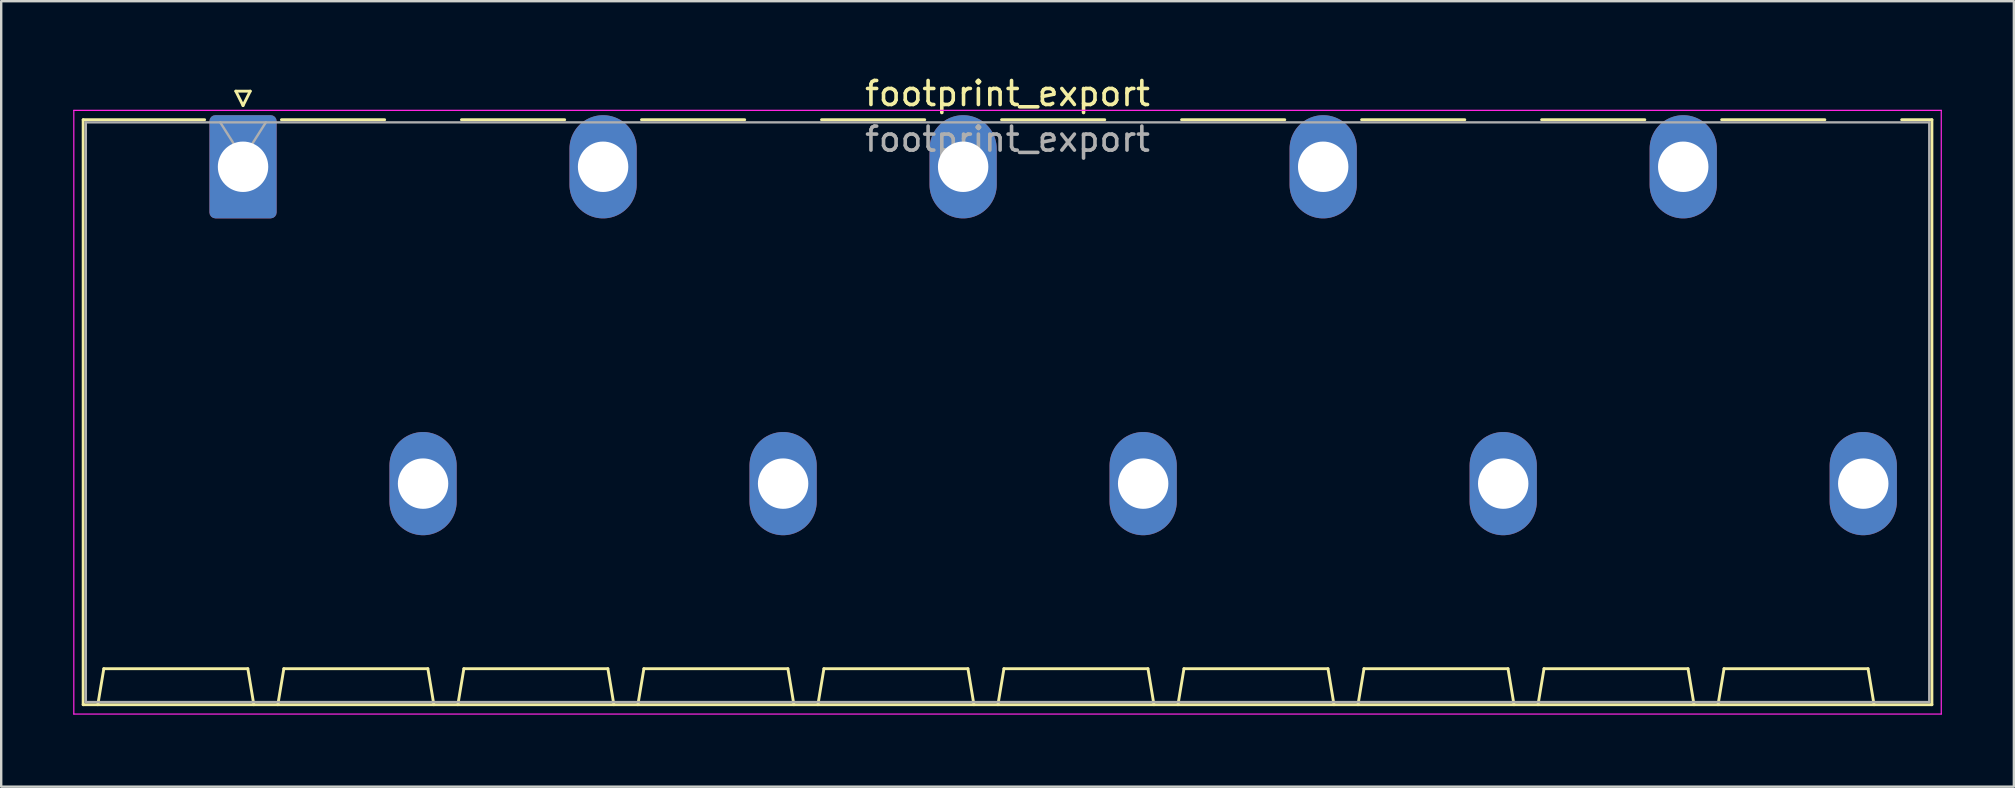
<source format=kicad_pcb>
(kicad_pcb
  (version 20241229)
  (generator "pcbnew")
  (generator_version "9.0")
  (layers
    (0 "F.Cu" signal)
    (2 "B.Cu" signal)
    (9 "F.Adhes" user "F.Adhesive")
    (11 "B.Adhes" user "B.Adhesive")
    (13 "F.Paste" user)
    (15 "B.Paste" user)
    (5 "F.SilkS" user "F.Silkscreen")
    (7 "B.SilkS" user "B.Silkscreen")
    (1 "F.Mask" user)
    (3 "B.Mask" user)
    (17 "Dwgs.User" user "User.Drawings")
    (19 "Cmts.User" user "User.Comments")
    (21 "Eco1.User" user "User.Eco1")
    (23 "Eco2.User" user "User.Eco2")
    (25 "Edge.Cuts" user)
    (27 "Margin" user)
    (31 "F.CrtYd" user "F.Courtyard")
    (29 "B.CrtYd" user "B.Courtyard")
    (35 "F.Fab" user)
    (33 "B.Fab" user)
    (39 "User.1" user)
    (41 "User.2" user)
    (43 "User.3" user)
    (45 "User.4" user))
  (footprint "footprint_export"
    (layer "F.Cu")
    (at 7.075 3.898)
    (property "Reference" "footprint_export" (at 31.85 -3.05 0) (layer "F.SilkS") (effects (font (size 1 1) (thickness 0.15))))
    (attr through_hole)
    (fp_line (start -6.66 -1.96) (end -1.6 -1.96) (stroke (width 0.12) (type solid)) (layer "F.SilkS"))
    (fp_line (start -6.66 22.41) (end -6.66 -1.96) (stroke (width 0.12) (type solid)) (layer "F.SilkS"))
    (fp_line (start -6.05 22.41) (end -5.8 20.91) (stroke (width 0.12) (type solid)) (layer "F.SilkS"))
    (fp_line (start -5.8 20.91) (end 0.2 20.91) (stroke (width 0.12) (type solid)) (layer "F.SilkS"))
    (fp_line (start -0.3 -3.15) (end 0 -2.55) (stroke (width 0.12) (type solid)) (layer "F.SilkS"))
    (fp_line (start -0.3 -3.15) (end 0.3 -3.15) (stroke (width 0.12) (type solid)) (layer "F.SilkS"))
    (fp_line (start 0.3 -3.15) (end 0 -2.55) (stroke (width 0.12) (type solid)) (layer "F.SilkS"))
    (fp_line (start 0.45 22.41) (end 0.2 20.91) (stroke (width 0.12) (type solid)) (layer "F.SilkS"))
    (fp_line (start 1.45 22.41) (end 1.7 20.91) (stroke (width 0.12) (type solid)) (layer "F.SilkS"))
    (fp_line (start 1.6 -1.96) (end 5.9 -1.96) (stroke (width 0.12) (type solid)) (layer "F.SilkS"))
    (fp_line (start 1.7 20.91) (end 7.7 20.91) (stroke (width 0.12) (type solid)) (layer "F.SilkS"))
    (fp_line (start 7.95 22.41) (end 7.7 20.91) (stroke (width 0.12) (type solid)) (layer "F.SilkS"))
    (fp_line (start 8.95 22.41) (end 9.2 20.91) (stroke (width 0.12) (type solid)) (layer "F.SilkS"))
    (fp_line (start 9.1 -1.96) (end 13.4 -1.96) (stroke (width 0.12) (type solid)) (layer "F.SilkS"))
    (fp_line (start 9.2 20.91) (end 15.2 20.91) (stroke (width 0.12) (type solid)) (layer "F.SilkS"))
    (fp_line (start 15.45 22.41) (end 15.2 20.91) (stroke (width 0.12) (type solid)) (layer "F.SilkS"))
    (fp_line (start 16.45 22.41) (end 16.7 20.91) (stroke (width 0.12) (type solid)) (layer "F.SilkS"))
    (fp_line (start 16.6 -1.96) (end 20.9 -1.96) (stroke (width 0.12) (type solid)) (layer "F.SilkS"))
    (fp_line (start 16.7 20.91) (end 22.7 20.91) (stroke (width 0.12) (type solid)) (layer "F.SilkS"))
    (fp_line (start 22.95 22.41) (end 22.7 20.91) (stroke (width 0.12) (type solid)) (layer "F.SilkS"))
    (fp_line (start 23.95 22.41) (end 24.2 20.91) (stroke (width 0.12) (type solid)) (layer "F.SilkS"))
    (fp_line (start 24.1 -1.96) (end 28.4 -1.96) (stroke (width 0.12) (type solid)) (layer "F.SilkS"))
    (fp_line (start 24.2 20.91) (end 30.2 20.91) (stroke (width 0.12) (type solid)) (layer "F.SilkS"))
    (fp_line (start 30.45 22.41) (end 30.2 20.91) (stroke (width 0.12) (type solid)) (layer "F.SilkS"))
    (fp_line (start 31.45 22.41) (end 31.7 20.91) (stroke (width 0.12) (type solid)) (layer "F.SilkS"))
    (fp_line (start 31.6 -1.96) (end 35.9 -1.96) (stroke (width 0.12) (type solid)) (layer "F.SilkS"))
    (fp_line (start 31.7 20.91) (end 37.7 20.91) (stroke (width 0.12) (type solid)) (layer "F.SilkS"))
    (fp_line (start 37.95 22.41) (end 37.7 20.91) (stroke (width 0.12) (type solid)) (layer "F.SilkS"))
    (fp_line (start 38.95 22.41) (end 39.2 20.91) (stroke (width 0.12) (type solid)) (layer "F.SilkS"))
    (fp_line (start 39.1 -1.96) (end 43.4 -1.96) (stroke (width 0.12) (type solid)) (layer "F.SilkS"))
    (fp_line (start 39.2 20.91) (end 45.2 20.91) (stroke (width 0.12) (type solid)) (layer "F.SilkS"))
    (fp_line (start 45.45 22.41) (end 45.2 20.91) (stroke (width 0.12) (type solid)) (layer "F.SilkS"))
    (fp_line (start 46.45 22.41) (end 46.7 20.91) (stroke (width 0.12) (type solid)) (layer "F.SilkS"))
    (fp_line (start 46.6 -1.96) (end 50.9 -1.96) (stroke (width 0.12) (type solid)) (layer "F.SilkS"))
    (fp_line (start 46.7 20.91) (end 52.7 20.91) (stroke (width 0.12) (type solid)) (layer "F.SilkS"))
    (fp_line (start 52.95 22.41) (end 52.7 20.91) (stroke (width 0.12) (type solid)) (layer "F.SilkS"))
    (fp_line (start 53.95 22.41) (end 54.2 20.91) (stroke (width 0.12) (type solid)) (layer "F.SilkS"))
    (fp_line (start 54.1 -1.96) (end 58.4 -1.96) (stroke (width 0.12) (type solid)) (layer "F.SilkS"))
    (fp_line (start 54.2 20.91) (end 60.2 20.91) (stroke (width 0.12) (type solid)) (layer "F.SilkS"))
    (fp_line (start 60.45 22.41) (end 60.2 20.91) (stroke (width 0.12) (type solid)) (layer "F.SilkS"))
    (fp_line (start 61.45 22.41) (end 61.7 20.91) (stroke (width 0.12) (type solid)) (layer "F.SilkS"))
    (fp_line (start 61.6 -1.96) (end 65.9 -1.96) (stroke (width 0.12) (type solid)) (layer "F.SilkS"))
    (fp_line (start 61.7 20.91) (end 67.7 20.91) (stroke (width 0.12) (type solid)) (layer "F.SilkS"))
    (fp_line (start 67.95 22.41) (end 67.7 20.91) (stroke (width 0.12) (type solid)) (layer "F.SilkS"))
    (fp_line (start 69.1 -1.96) (end 70.36 -1.96) (stroke (width 0.12) (type solid)) (layer "F.SilkS"))
    (fp_line (start 70.36 -1.96) (end 70.36 22.41) (stroke (width 0.12) (type solid)) (layer "F.SilkS"))
    (fp_line (start 70.36 22.41) (end -6.66 22.41) (stroke (width 0.12) (type solid)) (layer "F.SilkS"))
    (fp_line (start -7.05 -2.35) (end -7.05 22.8) (stroke (width 0.05) (type solid)) (layer "F.CrtYd"))
    (fp_line (start -7.05 22.8) (end 70.75 22.8) (stroke (width 0.05) (type solid)) (layer "F.CrtYd"))
    (fp_line (start 70.75 -2.35) (end -7.05 -2.35) (stroke (width 0.05) (type solid)) (layer "F.CrtYd"))
    (fp_line (start 70.75 22.8) (end 70.75 -2.35) (stroke (width 0.05) (type solid)) (layer "F.CrtYd"))
    (fp_line (start -6.55 -1.85) (end -6.55 22.3) (stroke (width 0.1) (type solid)) (layer "F.Fab"))
    (fp_line (start -6.55 22.3) (end 70.25 22.3) (stroke (width 0.1) (type solid)) (layer "F.Fab"))
    (fp_line (start -0.95 -1.85) (end 0 -0.35) (stroke (width 0.1) (type solid)) (layer "F.Fab"))
    (fp_line (start 0.95 -1.85) (end 0 -0.35) (stroke (width 0.1) (type solid)) (layer "F.Fab"))
    (fp_line (start 70.25 -1.85) (end -6.55 -1.85) (stroke (width 0.1) (type solid)) (layer "F.Fab"))
    (fp_line (start 70.25 22.3) (end 70.25 -1.85) (stroke (width 0.1) (type solid)) (layer "F.Fab"))
    (fp_text user "${REFERENCE}" (at 31.85 -1.15 0) (layer "F.Fab") (effects (font (size 1 1) (thickness 0.15))))
    (pad "1" thru_hole roundrect (at 0 0) (size 2.8 4.3) (drill 2.1) (layers "*.Cu" "*.Mask") (roundrect_rratio 0.089))
    (pad "2" thru_hole oval (at 7.5 13.2) (size 2.8 4.3) (drill 2.1) (layers "*.Cu" "*.Mask"))
    (pad "3" thru_hole oval (at 15 0) (size 2.8 4.3) (drill 2.1) (layers "*.Cu" "*.Mask"))
    (pad "4" thru_hole oval (at 22.5 13.2) (size 2.8 4.3) (drill 2.1) (layers "*.Cu" "*.Mask"))
    (pad "5" thru_hole oval (at 30 0) (size 2.8 4.3) (drill 2.1) (layers "*.Cu" "*.Mask"))
    (pad "6" thru_hole oval (at 37.5 13.2) (size 2.8 4.3) (drill 2.1) (layers "*.Cu" "*.Mask"))
    (pad "7" thru_hole oval (at 45 0) (size 2.8 4.3) (drill 2.1) (layers "*.Cu" "*.Mask"))
    (pad "8" thru_hole oval (at 52.5 13.2) (size 2.8 4.3) (drill 2.1) (layers "*.Cu" "*.Mask"))
    (pad "9" thru_hole oval (at 60 0) (size 2.8 4.3) (drill 2.1) (layers "*.Cu" "*.Mask"))
    (pad "10" thru_hole oval (at 67.5 13.2) (size 2.8 4.3) (drill 2.1) (layers "*.Cu" "*.Mask")))
  (gr_rect
    (start -3 -3)
    (end 80.85 29.723)
    (stroke (width 0.1) (type default))
    (fill no)
    (layer "Edge.Cuts")))
</source>
